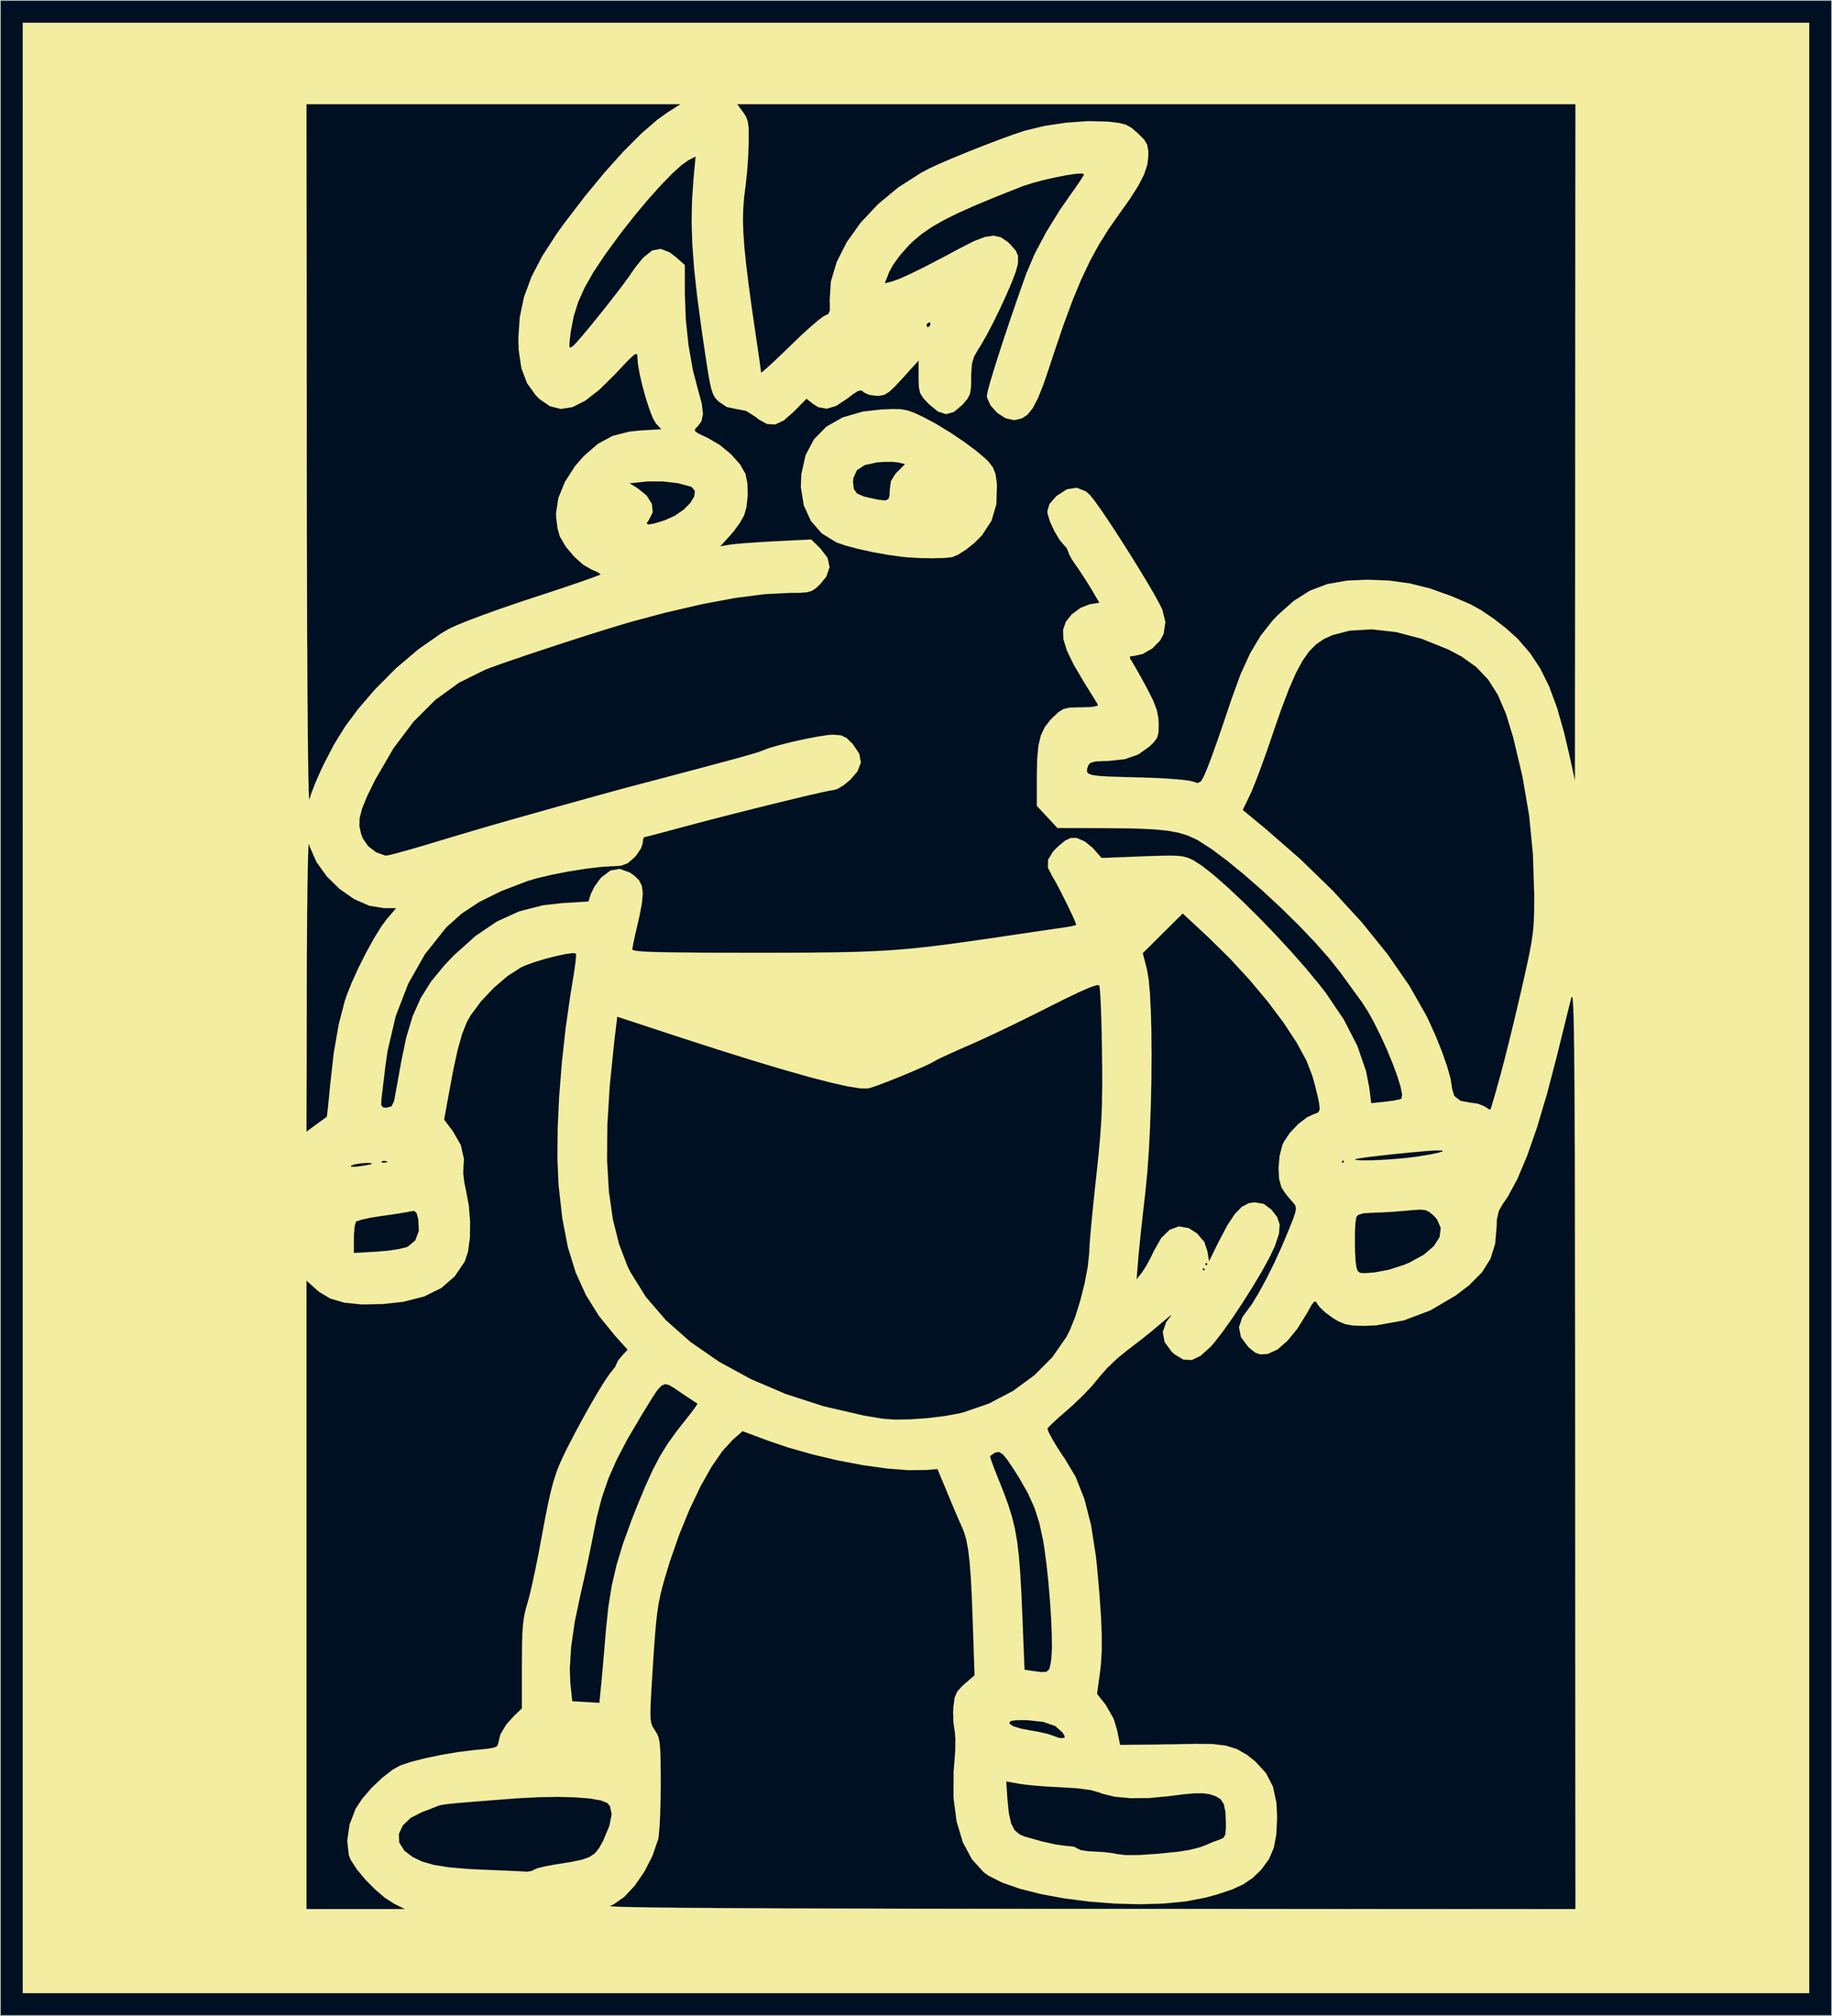
<source format=kicad_pcb>
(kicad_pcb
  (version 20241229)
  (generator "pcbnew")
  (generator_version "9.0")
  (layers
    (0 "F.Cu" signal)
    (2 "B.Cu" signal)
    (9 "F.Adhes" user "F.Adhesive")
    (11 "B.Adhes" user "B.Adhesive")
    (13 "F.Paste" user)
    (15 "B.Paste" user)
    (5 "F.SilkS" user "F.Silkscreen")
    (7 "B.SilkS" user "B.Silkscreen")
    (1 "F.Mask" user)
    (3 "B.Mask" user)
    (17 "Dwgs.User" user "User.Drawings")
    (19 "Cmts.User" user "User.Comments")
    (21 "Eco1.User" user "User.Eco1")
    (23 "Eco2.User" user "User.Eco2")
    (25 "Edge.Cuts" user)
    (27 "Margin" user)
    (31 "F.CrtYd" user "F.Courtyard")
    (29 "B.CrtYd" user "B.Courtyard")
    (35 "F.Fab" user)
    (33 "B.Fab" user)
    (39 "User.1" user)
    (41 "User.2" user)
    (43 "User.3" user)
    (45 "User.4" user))
  (footprint "v2"
    (layer "F.Cu")
    (at 119.949 132.297)
    (property "Reference" "v2" (at 0 0 0) (layer "F.SilkS") (effects (font (size 1.524 1.524) (thickness 0.3))))
    (attr through_hole)
    (fp_poly (pts (xy -2.03 -80.396) (xy -1.129 -80.232) (xy -0.193 -79.889) (xy 0.936 -79.365) (xy 2.668 -78.442) (xy 4.57 -77.284) (xy 6.453 -76.018) (xy 8.131 -74.772) (xy 9.416 -73.673) (xy 9.679 -73.41) (xy 10.317 -72.602) (xy 10.672 -71.704) (xy 10.851 -70.426) (xy 10.866 -70.228) (xy 10.79 -67.649) (xy 10.137 -65.431) (xy 8.871 -63.486) (xy 7.856 -62.46) (xy 6.746 -61.572) (xy 5.673 -60.883) (xy 4.869 -60.54) (xy 4.868 -60.54) (xy 3.799 -60.425) (xy 2.272 -60.384) (xy 0.527 -60.414) (xy -1.191 -60.516) (xy -1.764 -60.57) (xy -3.71 -60.835) (xy -5.796 -61.212) (xy -7.808 -61.655) (xy -9.532 -62.116) (xy -10.686 -62.519) (xy -12.644 -63.721) (xy -14.114 -65.397) (xy -15.062 -67.483) (xy -15.456 -69.914) (xy -15.432 -70.605) (xy -8.461 -70.605) (xy -8.347 -69.659) (xy -7.913 -69.067) (xy -7.004 -68.676) (xy -6.35 -68.514) (xy -4.965 -68.224) (xy -4.128 -68.145) (xy -3.702 -68.326) (xy -3.548 -68.816) (xy -3.528 -69.524) (xy -3.371 -70.723) (xy -2.79 -71.682) (xy -2.497 -71.994) (xy -1.465 -73.025) (xy -2.351 -73.248) (xy -3.2 -73.337) (xy -4.417 -73.325) (xy -5.235 -73.264) (xy -6.888 -72.903) (xy -7.939 -72.206) (xy -8.421 -71.147) (xy -8.461 -70.605) (xy -15.432 -70.605) (xy -15.396 -71.662) (xy -14.824 -74.223) (xy -13.695 -76.358) (xy -12.025 -78.055) (xy -9.831 -79.3) (xy -7.127 -80.08) (xy -4.713 -80.357) (xy -3.143 -80.423) (xy -2.03 -80.396)) (stroke (width 0.01) (type solid)) (fill yes) (layer "F.SilkS"))
    (fp_poly (pts (xy 119.944 132.292) (xy -119.944 132.292) (xy -119.944 36.607) (xy -81.844 36.607) (xy -81.844 121.003) (xy -68.615 121.002) (xy -69.469 120.58) (xy -41.099 120.58) (xy -40.978 120.629) (xy -40.313 120.675) (xy -39.091 120.718) (xy -37.301 120.757) (xy -34.932 120.792) (xy -31.972 120.824) (xy -28.41 120.853) (xy -24.234 120.879) (xy -19.433 120.901) (xy -13.995 120.921) (xy -7.909 120.937) (xy -1.163 120.951) (xy 6.253 120.962) (xy 14.353 120.97) (xy 23.146 120.975) (xy 23.195 120.975) (xy 88.547 121.003) (xy 88.512 58.826) (xy 88.507 51.027) (xy 88.502 43.905) (xy 88.496 37.432) (xy 88.488 31.577) (xy 88.479 26.313) (xy 88.469 21.611) (xy 88.456 17.441) (xy 88.441 13.775) (xy 88.424 10.585) (xy 88.403 7.841) (xy 88.38 5.515) (xy 88.354 3.577) (xy 88.324 2) (xy 88.29 0.754) (xy 88.252 -0.189) (xy 88.209 -0.858) (xy 88.162 -1.283) (xy 88.11 -1.491) (xy 88.052 -1.512) (xy 87.99 -1.375) (xy 87.951 -1.235) (xy 87.682 -0.148) (xy 87.288 1.446) (xy 86.813 3.372) (xy 86.3 5.452) (xy 86.036 6.526) (xy 84.702 11.632) (xy 83.378 16.07) (xy 82.066 19.832) (xy 80.77 22.911) (xy 79.492 25.297) (xy 78.795 26.315) (xy 78.245 27.265) (xy 78 28.401) (xy 77.964 29.339) (xy 77.767 31.67) (xy 77.132 33.685) (xy 75.99 35.501) (xy 74.273 37.231) (xy 72.496 38.593) (xy 69.045 40.621) (xy 65.465 41.965) (xy 61.78 42.619) (xy 60.144 42.686) (xy 58.691 42.643) (xy 57.651 42.465) (xy 56.731 42.08) (xy 56.009 41.651) (xy 55.003 40.92) (xy 54.219 40.185) (xy 53.959 39.835) (xy 53.71 39.445) (xy 53.471 39.421) (xy 53.136 39.846) (xy 52.596 40.804) (xy 52.512 40.958) (xy 51.235 43.027) (xy 49.884 44.687) (xy 48.543 45.849) (xy 47.298 46.429) (xy 47.164 46.454) (xy 46.261 46.522) (xy 45.574 46.3) (xy 44.798 45.673) (xy 44.606 45.489) (xy 43.637 44.195) (xy 43.373 42.877) (xy 43.814 41.54) (xy 44.369 40.784) (xy 45.116 39.762) (xy 46.042 38.231) (xy 47.068 36.341) (xy 48.115 34.239) (xy 49.103 32.073) (xy 49.417 31.335) (xy 49.419 31.329) (xy 58.925 31.329) (xy 58.952 32.776) (xy 59.025 34.03) (xy 59.144 34.866) (xy 59.148 34.883) (xy 59.316 35.337) (xy 59.627 35.566) (xy 60.26 35.616) (xy 61.394 35.534) (xy 61.571 35.517) (xy 63.463 35.168) (xy 65.522 34.506) (xy 66.259 34.199) (xy 68.183 33.144) (xy 69.544 31.978) (xy 70.315 30.757) (xy 70.464 29.538) (xy 69.963 28.378) (xy 69.536 27.906) (xy 68.972 27.42) (xy 68.448 27.157) (xy 67.752 27.077) (xy 66.673 27.14) (xy 65.92 27.213) (xy 64.27 27.352) (xy 62.563 27.454) (xy 61.333 27.495) (xy 60.072 27.57) (xy 59.373 27.784) (xy 59.128 28.075) (xy 59.012 28.755) (xy 58.945 29.914) (xy 58.925 31.329) (xy 49.419 31.329) (xy 50.162 29.547) (xy 50.664 28.29) (xy 50.943 27.442) (xy 51.021 26.882) (xy 50.917 26.487) (xy 50.653 26.134) (xy 50.357 25.817) (xy 49.638 24.95) (xy 49.099 24.138) (xy 49.079 24.1) (xy 48.762 22.957) (xy 48.685 21.44) (xy 48.76 20.637) (xy 57.15 20.637) (xy 57.326 20.814) (xy 57.503 20.637) (xy 57.326 20.461) (xy 57.15 20.637) (xy 48.76 20.637) (xy 48.79 20.317) (xy 58.943 20.317) (xy 59.126 20.426) (xy 59.87 20.474) (xy 61.034 20.466) (xy 62.478 20.408) (xy 64.059 20.307) (xy 65.637 20.168) (xy 67.071 19.998) (xy 67.318 19.962) (xy 69.038 19.678) (xy 70.184 19.436) (xy 70.733 19.252) (xy 70.661 19.142) (xy 69.944 19.121) (xy 68.557 19.207) (xy 68.439 19.217) (xy 66.33 19.408) (xy 64.274 19.613) (xy 62.394 19.817) (xy 60.81 20.007) (xy 59.643 20.169) (xy 59.015 20.288) (xy 58.943 20.317) (xy 48.79 20.317) (xy 48.835 19.832) (xy 49.199 18.418) (xy 49.368 18.032) (xy 50.207 16.775) (xy 51.33 15.593) (xy 52.526 14.678) (xy 53.461 14.252) (xy 54.034 14.028) (xy 54.219 13.598) (xy 54.126 12.748) (xy 53.911 11.728) (xy 53.569 10.354) (xy 53.229 9.113) (xy 52.416 7.037) (xy 51.102 4.625) (xy 49.352 1.963) (xy 47.232 -0.862) (xy 44.806 -3.764) (xy 42.139 -6.657) (xy 39.295 -9.454) (xy 39.219 -9.525) (xy 35.818 -12.696) (xy 30.446 -7.355) (xy 31.01 -5.177) (xy 31.233 -3.88) (xy 31.406 -1.985) (xy 31.529 0.403) (xy 31.603 3.178) (xy 31.629 6.237) (xy 31.607 9.472) (xy 31.538 12.78) (xy 31.423 16.054) (xy 31.262 19.189) (xy 31.057 22.081) (xy 30.808 24.623) (xy 30.799 24.694) (xy 30.536 26.983) (xy 30.287 29.234) (xy 30.071 31.273) (xy 29.906 32.924) (xy 29.825 33.836) (xy 29.618 36.451) (xy 30.343 35.53) (xy 30.622 35.101) (xy 38.453 35.101) (xy 38.629 35.278) (xy 38.806 35.101) (xy 38.629 34.925) (xy 38.453 35.101) (xy 30.622 35.101) (xy 30.895 34.682) (xy 31.05 34.396) (xy 38.806 34.396) (xy 38.982 34.572) (xy 39.158 34.396) (xy 38.982 34.219) (xy 38.806 34.396) (xy 31.05 34.396) (xy 31.534 33.499) (xy 31.914 32.695) (xy 32.921 30.912) (xy 34.06 29.789) (xy 35.302 29.336) (xy 36.617 29.568) (xy 37.715 30.263) (xy 38.708 31.411) (xy 39.118 32.639) (xy 39.345 34.033) (xy 40.719 31.252) (xy 41.834 29.153) (xy 42.824 27.661) (xy 43.757 26.705) (xy 44.697 26.213) (xy 45.479 26.106) (xy 46.694 26.318) (xy 47.695 27.06) (xy 47.71 27.076) (xy 48.501 28.092) (xy 48.836 29.114) (xy 48.733 30.325) (xy 48.206 31.912) (xy 48.14 32.075) (xy 47.464 33.504) (xy 46.46 35.33) (xy 45.23 37.396) (xy 43.874 39.547) (xy 42.492 41.624) (xy 41.184 43.472) (xy 40.051 44.932) (xy 39.566 45.485) (xy 38.219 46.706) (xy 37.026 47.278) (xy 35.897 47.212) (xy 34.739 46.52) (xy 34.324 46.145) (xy 33.383 44.858) (xy 33.14 43.526) (xy 33.597 42.192) (xy 34.131 41.491) (xy 34.343 41.212) (xy 34.087 41.363) (xy 33.42 41.905) (xy 33.012 42.257) (xy 31.66 43.392) (xy 30.059 44.671) (xy 28.538 45.831) (xy 28.426 45.914) (xy 27.046 47.039) (xy 25.696 48.325) (xy 24.637 49.52) (xy 24.518 49.677) (xy 23.598 50.786) (xy 22.338 52.109) (xy 20.954 53.425) (xy 20.373 53.935) (xy 19.229 54.931) (xy 18.321 55.767) (xy 17.761 56.333) (xy 17.639 56.51) (xy 17.818 56.989) (xy 18.28 57.857) (xy 18.911 58.92) (xy 19.599 59.984) (xy 19.962 60.501) (xy 21.426 62.954) (xy 22.604 65.929) (xy 23.509 69.468) (xy 24.153 73.614) (xy 24.296 74.965) (xy 24.618 78.593) (xy 24.831 81.62) (xy 24.937 84.145) (xy 24.938 86.262) (xy 24.837 88.069) (xy 24.711 89.178) (xy 24.304 92.103) (xy 25.457 93.558) (xy 26.545 95.454) (xy 27.004 96.983) (xy 27.398 98.954) (xy 30.544 98.928) (xy 32.349 98.908) (xy 34.5 98.875) (xy 36.637 98.835) (xy 37.469 98.817) (xy 39.792 98.838) (xy 41.607 99.056) (xy 43.097 99.524) (xy 44.445 100.297) (xy 45.59 101.212) (xy 47.004 102.761) (xy 47.921 104.55) (xy 48.395 106.715) (xy 48.49 108.656) (xy 48.382 110.971) (xy 48.037 112.786) (xy 47.398 114.283) (xy 46.409 115.641) (xy 46.284 115.783) (xy 45.2 116.825) (xy 43.959 117.666) (xy 42.41 118.382) (xy 40.402 119.045) (xy 38.842 119.468) (xy 36.225 119.972) (xy 33.239 120.263) (xy 29.999 120.354) (xy 26.618 120.259) (xy 23.209 119.989) (xy 19.885 119.559) (xy 16.759 118.982) (xy 13.944 118.269) (xy 11.554 117.435) (xy 9.702 116.492) (xy 9.094 116.053) (xy 7.507 114.303) (xy 6.289 112.012) (xy 5.461 109.251) (xy 5.041 106.091) (xy 5.045 103.858) (xy 12.113 103.858) (xy 12.27 106.169) (xy 12.464 108.129) (xy 12.771 109.508) (xy 13.248 110.426) (xy 13.95 111.005) (xy 14.64 111.284) (xy 16.838 111.903) (xy 18.723 112.327) (xy 20.146 112.525) (xy 20.445 112.536) (xy 21.258 112.645) (xy 21.696 112.889) (xy 22.142 113.088) (xy 23.066 113.234) (xy 23.922 113.283) (xy 25.254 113.359) (xy 26.467 113.508) (xy 26.988 113.617) (xy 28.131 113.76) (xy 29.949 113.749) (xy 32.425 113.584) (xy 35.278 113.297) (xy 36.707 113.066) (xy 38.045 112.737) (xy 38.806 112.462) (xy 39.845 112.015) (xy 40.751 111.683) (xy 40.834 111.658) (xy 41.307 111.432) (xy 41.543 110.973) (xy 41.62 110.083) (xy 41.623 109.602) (xy 41.559 107.988) (xy 41.341 106.923) (xy 40.914 106.255) (xy 40.233 105.84) (xy 39.436 105.578) (xy 38.538 105.45) (xy 37.385 105.456) (xy 35.826 105.596) (xy 33.968 105.835) (xy 31.316 106.088) (xy 28.835 106.112) (xy 26.681 105.916) (xy 25.007 105.505) (xy 24.682 105.37) (xy 23.501 105.027) (xy 21.663 104.781) (xy 19.579 104.652) (xy 17.772 104.558) (xy 16.021 104.426) (xy 14.571 104.277) (xy 13.906 104.18) (xy 12.113 103.858) (xy 5.045 103.858) (xy 5.048 102.603) (xy 5.15 101.361) (xy 5.276 99.652) (xy 5.295 98.158) (xy 5.207 97.097) (xy 5.175 96.952) (xy 5.036 95.974) (xy 12.532 95.974) (xy 12.562 96.105) (xy 13.026 96.445) (xy 14.091 96.773) (xy 15.285 97.001) (xy 16.61 97.238) (xy 17.7 97.49) (xy 18.329 97.704) (xy 18.344 97.713) (xy 19.162 98.004) (xy 19.534 98.051) (xy 19.971 98.006) (xy 19.933 97.701) (xy 19.673 97.278) (xy 18.692 96.416) (xy 17.101 95.864) (xy 14.93 95.63) (xy 14.563 95.623) (xy 13.346 95.642) (xy 12.71 95.75) (xy 12.532 95.974) (xy 5.036 95.974) (xy 5.027 95.905) (xy 4.992 94.559) (xy 5.027 93.857) (xy 5.186 92.648) (xy 5.515 91.832) (xy 6.166 91.095) (xy 6.526 90.775) (xy 7.868 89.615) (xy 7.618 82.191) (xy 7.494 78.979) (xy 7.357 76.385) (xy 7.196 74.319) (xy 7 72.692) (xy 6.759 71.417) (xy 6.465 70.404) (xy 6.204 69.768) (xy 5.837 68.944) (xy 5.29 67.675) (xy 4.653 66.165) (xy 4.277 65.264) (xy 2.889 61.913) (xy 1.434 62.032) (xy -0.952 62.067) (xy -3.833 61.848) (xy -7.057 61.402) (xy -10.474 60.757) (xy -12.985 60.165) (xy 9.943 60.165) (xy 10.018 60.507) (xy 10.311 61.349) (xy 10.77 62.541) (xy 11.035 63.2) (xy 11.791 65.095) (xy 12.404 66.773) (xy 12.893 68.346) (xy 13.277 69.928) (xy 13.575 71.63) (xy 13.807 73.566) (xy 13.99 75.847) (xy 14.145 78.587) (xy 14.29 81.898) (xy 14.319 82.62) (xy 14.566 88.863) (xy 15.485 89.005) (xy 16.762 89.183) (xy 17.509 89.151) (xy 17.895 88.802) (xy 18.089 88.029) (xy 18.187 87.287) (xy 18.258 86.01) (xy 18.242 84.193) (xy 18.149 81.994) (xy 17.991 79.57) (xy 17.78 77.08) (xy 17.525 74.681) (xy 17.239 72.533) (xy 17.059 71.438) (xy 16.567 69.157) (xy 15.933 67.164) (xy 15.062 65.223) (xy 13.855 63.101) (xy 13.181 62.032) (xy 12.298 60.707) (xy 11.653 59.923) (xy 11.128 59.613) (xy 10.607 59.709) (xy 9.97 60.143) (xy 9.943 60.165) (xy -12.985 60.165) (xy -13.93 59.942) (xy -17.276 58.984) (xy -19.847 58.106) (xy -23.291 56.825) (xy -24.584 57.958) (xy -25.983 59.473) (xy -27.446 61.592) (xy -28.928 64.221) (xy -30.383 67.267) (xy -31.764 70.636) (xy -33.026 74.235) (xy -33.667 76.331) (xy -34.031 77.623) (xy -34.321 78.775) (xy -34.553 79.908) (xy -34.743 81.145) (xy -34.908 82.608) (xy -35.063 84.419) (xy -35.225 86.7) (xy -35.395 89.316) (xy -35.538 91.623) (xy -35.631 93.336) (xy -35.668 94.566) (xy -35.645 95.421) (xy -35.557 96.013) (xy -35.399 96.452) (xy -35.165 96.847) (xy -35.051 97.016) (xy -34.772 97.469) (xy -34.57 97.97) (xy -34.434 98.636) (xy -34.349 99.585) (xy -34.303 100.934) (xy -34.284 102.802) (xy -34.281 104.185) (xy -34.299 106.295) (xy -34.354 108.262) (xy -34.44 109.931) (xy -34.549 111.153) (xy -34.633 111.654) (xy -35.391 113.856) (xy -36.47 115.969) (xy -37.768 117.853) (xy -39.186 119.369) (xy -40.622 120.377) (xy -41.099 120.58) (xy -69.469 120.58) (xy -70.075 120.279) (xy -71.285 119.503) (xy -72.623 118.367) (xy -73.937 117.035) (xy -75.073 115.67) (xy -75.878 114.436) (xy -76.151 113.785) (xy -76.369 111.823) (xy -76.237 110.913) (xy -69.446 110.913) (xy -69.398 112.071) (xy -68.725 113.137) (xy -68.669 113.191) (xy -67.62 113.998) (xy -66.337 114.62) (xy -64.717 115.082) (xy -62.657 115.409) (xy -60.054 115.626) (xy -58.385 115.707) (xy -56.427 115.787) (xy -54.693 115.863) (xy -53.317 115.928) (xy -52.433 115.977) (xy -52.193 115.996) (xy -51.503 115.863) (xy -51.312 115.729) (xy -50.819 115.518) (xy -49.827 115.27) (xy -48.536 115.033) (xy -48.331 115.002) (xy -46.311 114.683) (xy -44.858 114.376) (xy -43.838 114.011) (xy -43.118 113.522) (xy -42.563 112.838) (xy -42.04 111.893) (xy -41.969 111.751) (xy -41.159 109.802) (xy -40.863 108.271) (xy -41.085 107.18) (xy -41.468 106.746) (xy -42.322 106.406) (xy -43.775 106.155) (xy -45.724 105.996) (xy -48.068 105.935) (xy -50.705 105.977) (xy -53.533 106.125) (xy -54.063 106.164) (xy -56.911 106.384) (xy -59.138 106.559) (xy -60.831 106.699) (xy -62.073 106.81) (xy -62.948 106.903) (xy -63.541 106.986) (xy -63.935 107.068) (xy -64.216 107.156) (xy -64.382 107.224) (xy -65.197 107.55) (xy -66.233 107.938) (xy -66.322 107.971) (xy -67.86 108.756) (xy -68.917 109.773) (xy -69.446 110.913) (xy -76.237 110.913) (xy -76.057 109.666) (xy -75.248 107.546) (xy -75.246 107.541) (xy -74.359 106.192) (xy -73.107 104.743) (xy -71.68 103.381) (xy -70.269 102.289) (xy -69.27 101.732) (xy -67.85 101.252) (xy -65.938 100.761) (xy -63.743 100.302) (xy -61.476 99.919) (xy -59.346 99.655) (xy -58.998 99.624) (xy -57.556 99.485) (xy -56.683 99.334) (xy -56.242 99.128) (xy -56.098 98.825) (xy -56.092 98.71) (xy -55.803 97.543) (xy -55.009 96.218) (xy -54.006 95.096) (xy -52.917 94.06) (xy -52.917 88.758) (xy -46.497 88.758) (xy -46.41 90.778) (xy -46.161 93.098) (xy -44.336 93.204) (xy -42.51 93.31) (xy -42.282 91.017) (xy -42.167 89.797) (xy -42.015 88.085) (xy -41.843 86.09) (xy -41.671 84.024) (xy -41.639 83.639) (xy -41.312 80.464) (xy -40.849 77.578) (xy -40.201 74.782) (xy -39.317 71.876) (xy -38.147 68.661) (xy -37.448 66.895) (xy -36.333 64.216) (xy -35.345 62.046) (xy -34.394 60.225) (xy -33.39 58.59) (xy -32.243 56.98) (xy -31.166 55.605) (xy -30.314 54.527) (xy -29.681 53.683) (xy -29.36 53.201) (xy -29.343 53.136) (xy -29.67 52.921) (xy -30.428 52.415) (xy -31.465 51.721) (xy -31.632 51.609) (xy -32.516 51.008) (xy -33.174 50.621) (xy -33.701 50.507) (xy -34.192 50.723) (xy -34.741 51.327) (xy -35.445 52.378) (xy -36.397 53.933) (xy -36.959 54.857) (xy -38.778 57.953) (xy -40.208 60.683) (xy -41.319 63.219) (xy -42.182 65.731) (xy -42.867 68.39) (xy -43.203 70.026) (xy -43.638 72.236) (xy -44.129 74.602) (xy -44.614 76.841) (xy -45.035 78.669) (xy -45.035 78.669) (xy -45.822 82.4) (xy -46.313 85.797) (xy -46.497 88.758) (xy -52.917 88.758) (xy -52.917 88.174) (xy -52.903 85.823) (xy -52.853 84.031) (xy -52.754 82.655) (xy -52.593 81.549) (xy -52.36 80.569) (xy -52.222 80.114) (xy -51.922 79.022) (xy -51.541 77.407) (xy -51.117 75.441) (xy -50.687 73.297) (xy -50.426 71.905) (xy -49.902 69.082) (xy -49.459 66.834) (xy -49.06 65.035) (xy -48.672 63.565) (xy -48.26 62.299) (xy -47.789 61.115) (xy -47.224 59.89) (xy -46.786 59.006) (xy -45.753 57.007) (xy -44.656 54.978) (xy -43.566 53.043) (xy -42.555 51.325) (xy -41.694 49.946) (xy -41.055 49.03) (xy -40.893 48.837) (xy -40.397 48.203) (xy -40.217 47.801) (xy -39.997 47.35) (xy -39.467 46.696) (xy -39.464 46.693) (xy -38.712 45.892) (xy -40.4 44.025) (xy -42.568 41.351) (xy -44.321 38.547) (xy -45.699 35.503) (xy -46.741 32.114) (xy -47.488 28.271) (xy -47.981 23.867) (xy -47.995 23.689) (xy -48.137 20.432) (xy -41.489 20.432) (xy -41.244 24.637) (xy -40.711 28.374) (xy -39.886 31.689) (xy -38.766 34.626) (xy -38.378 35.429) (xy -36.286 38.796) (xy -33.565 41.952) (xy -30.269 44.867) (xy -26.45 47.51) (xy -22.164 49.849) (xy -17.463 51.853) (xy -12.4 53.491) (xy -7.03 54.733) (xy -4.41 55.171) (xy -2.811 55.283) (xy -0.76 55.248) (xy 1.509 55.087) (xy 3.762 54.817) (xy 5.766 54.457) (xy 6.35 54.317) (xy 9.81 53.121) (xy 13.027 51.43) (xy 15.9 49.326) (xy 18.322 46.887) (xy 20.191 44.193) (xy 20.645 43.314) (xy 21.377 41.495) (xy 22.064 39.299) (xy 22.648 36.968) (xy 23.069 34.743) (xy 23.269 32.864) (xy 23.278 32.512) (xy 23.318 31.722) (xy 23.428 30.354) (xy 23.595 28.531) (xy 23.809 26.377) (xy 24.057 24.013) (xy 24.189 22.811) (xy 24.5 19.892) (xy 24.727 17.416) (xy 24.882 15.176) (xy 24.973 12.967) (xy 25.01 10.581) (xy 25.003 7.813) (xy 24.983 5.997) (xy 24.941 3.584) (xy 24.885 1.397) (xy 24.817 -0.461) (xy 24.742 -1.89) (xy 24.664 -2.789) (xy 24.608 -3.05) (xy 24.23 -3.063) (xy 23.309 -2.749) (xy 21.829 -2.099) (xy 19.771 -1.107) (xy 17.906 -0.167) (xy 15.598 0.993) (xy 13.166 2.185) (xy 10.803 3.317) (xy 8.702 4.295) (xy 7.232 4.951) (xy 5.62 5.657) (xy 4.234 6.28) (xy 3.208 6.758) (xy 2.676 7.031) (xy 2.646 7.051) (xy 2.046 7.388) (xy 0.953 7.901) (xy -0.466 8.522) (xy -2.043 9.181) (xy -3.611 9.81) (xy -5 10.338) (xy -6.044 10.698) (xy -6.488 10.813) (xy -7.513 10.795) (xy -9.18 10.526) (xy -11.473 10.013) (xy -14.376 9.258) (xy -17.872 8.267) (xy -21.945 7.045) (xy -26.579 5.594) (xy -31.759 3.921) (xy -32.849 3.563) (xy -40.121 1.17) (xy -40.525 4.554) (xy -41.126 10.435) (xy -41.449 15.713) (xy -41.489 20.432) (xy -48.137 20.432) (xy -48.145 20.242) (xy -48.114 16.27) (xy -47.913 11.924) (xy -47.552 7.357) (xy -47.042 2.723) (xy -46.391 -1.826) (xy -46.174 -3.133) (xy -45.915 -4.729) (xy -45.73 -6.055) (xy -45.638 -6.967) (xy -45.65 -7.315) (xy -46.116 -7.369) (xy -47.077 -7.238) (xy -48.361 -6.965) (xy -49.794 -6.593) (xy -51.205 -6.167) (xy -52.42 -5.73) (xy -53.049 -5.448) (xy -54.853 -4.286) (xy -56.712 -2.693) (xy -58.427 -0.87) (xy -59.801 0.983) (xy -60.338 1.94) (xy -60.948 3.485) (xy -61.541 5.591) (xy -62.136 8.318) (xy -62.365 9.525) (xy -63.367 14.993) (xy -62.208 16.532) (xy -61.119 18.427) (xy -60.701 20.311) (xy -60.783 21.436) (xy -60.797 22.299) (xy -60.639 23.529) (xy -60.427 24.518) (xy -60.043 26.57) (xy -59.871 28.749) (xy -59.907 30.854) (xy -60.149 32.685) (xy -60.591 34.04) (xy -60.593 34.043) (xy -61.955 36.051) (xy -63.75 37.606) (xy -66.021 38.731) (xy -68.815 39.45) (xy -71.614 39.758) (xy -74.477 39.807) (xy -76.783 39.569) (xy -78.629 39.024) (xy -80.111 38.151) (xy -80.468 37.85) (xy -81.844 36.607) (xy -119.944 36.607) (xy -119.944 32.906) (xy -75.494 32.906) (xy -72.379 32.729) (xy -70.832 32.592) (xy -69.441 32.383) (xy -68.443 32.141) (xy -68.242 32.061) (xy -67.232 31.221) (xy -66.76 29.952) (xy -66.825 28.417) (xy -67.043 27.563) (xy -67.354 27.251) (xy -67.844 27.303) (xy -68.533 27.443) (xy -69.712 27.636) (xy -71.17 27.849) (xy -71.79 27.933) (xy -73.223 28.159) (xy -74.383 28.408) (xy -75.095 28.639) (xy -75.224 28.729) (xy -75.371 29.273) (xy -75.468 30.262) (xy -75.489 31.005) (xy -75.494 32.906) (xy -119.944 32.906) (xy -119.944 21.319) (xy -75.889 21.319) (xy -75.288 21.326) (xy -74.771 21.27) (xy -73.794 21.123) (xy -73.16 20.986) (xy -73.054 20.942) (xy -73.166 20.825) (xy -73.737 20.804) (xy -74.527 20.861) (xy -75.298 20.978) (xy -75.813 21.138) (xy -75.829 21.148) (xy -75.889 21.319) (xy -119.944 21.319) (xy -119.944 20.73) (xy -71.814 20.73) (xy -71.467 20.786) (xy -71.009 20.721) (xy -71.004 20.601) (xy -71.476 20.517) (xy -71.68 20.573) (xy -71.814 20.73) (xy -119.944 20.73) (xy -119.944 16.616) (xy -81.844 16.616) (xy -80.522 15.643) (xy -79.725 15.061) (xy -79.212 14.696) (xy -79.122 14.637) (xy -79.063 14.295) (xy -78.959 13.387) (xy -78.824 12.051) (xy -78.672 10.424) (xy -78.669 10.389) (xy -78.167 5.964) (xy -77.507 2.175) (xy -76.694 -0.953) (xy -76.482 -1.587) (xy -75.778 -3.374) (xy -74.864 -5.379) (xy -73.834 -7.425) (xy -72.782 -9.331) (xy -71.802 -10.919) (xy -71.057 -11.931) (xy -69.795 -13.406) (xy -71.432 -13.406) (xy -73.413 -13.728) (xy -75.442 -14.621) (xy -77.386 -15.972) (xy -79.116 -17.669) (xy -80.499 -19.598) (xy -81.406 -21.649) (xy -81.515 -22.049) (xy -81.563 -21.905) (xy -81.609 -21.114) (xy -81.653 -19.734) (xy -81.693 -17.825) (xy -81.729 -15.445) (xy -81.759 -12.651) (xy -81.783 -9.503) (xy -81.801 -6.06) (xy -81.808 -3.245) (xy -81.844 16.616) (xy -119.944 16.616) (xy -119.944 -24.409) (xy -74.743 -24.409) (xy -74.511 -23.358) (xy -74.288 -22.766) (xy -73.563 -21.718) (xy -72.483 -20.889) (xy -71.324 -20.476) (xy -71.089 -20.461) (xy -70.577 -20.56) (xy -69.516 -20.833) (xy -68.029 -21.246) (xy -66.241 -21.765) (xy -64.809 -22.193) (xy -62.609 -22.856) (xy -60.36 -23.526) (xy -58.271 -24.143) (xy -56.549 -24.645) (xy -55.915 -24.827) (xy -53.08 -25.63) (xy -50.178 -26.448) (xy -47.33 -27.246) (xy -44.653 -27.992) (xy -42.27 -28.652) (xy -40.299 -29.194) (xy -38.861 -29.582) (xy -38.629 -29.644) (xy -34.627 -30.698) (xy -31.254 -31.589) (xy -28.459 -32.332) (xy -26.187 -32.94) (xy -24.387 -33.427) (xy -23.005 -33.81) (xy -21.989 -34.101) (xy -21.284 -34.316) (xy -20.84 -34.468) (xy -20.637 -34.553) (xy -19.737 -34.892) (xy -18.342 -35.296) (xy -16.654 -35.718) (xy -14.874 -36.113) (xy -13.205 -36.435) (xy -11.848 -36.64) (xy -11.173 -36.689) (xy -10.095 -36.607) (xy -9.328 -36.255) (xy -8.532 -35.475) (xy -8.503 -35.442) (xy -7.621 -34.145) (xy -7.405 -32.951) (xy -7.859 -31.764) (xy -8.834 -30.637) (xy -9.759 -29.879) (xy -10.604 -29.387) (xy -11.003 -29.281) (xy -11.543 -29.195) (xy -12.669 -28.955) (xy -14.286 -28.585) (xy -16.297 -28.107) (xy -18.606 -27.545) (xy -21.116 -26.924) (xy -23.732 -26.266) (xy -26.358 -25.596) (xy -28.896 -24.938) (xy -31.252 -24.314) (xy -32.373 -24.012) (xy -33.947 -23.587) (xy -35.257 -23.241) (xy -36.162 -23.01) (xy -36.518 -22.931) (xy -36.653 -22.631) (xy -36.689 -22.154) (xy -36.925 -21.435) (xy -37.52 -20.547) (xy -37.816 -20.213) (xy -38.707 -19.439) (xy -39.588 -19.106) (xy -40.452 -19.05) (xy -42.152 -18.957) (xy -44.294 -18.704) (xy -46.639 -18.333) (xy -48.952 -17.883) (xy -50.996 -17.396) (xy -52.172 -17.043) (xy -55.68 -15.703) (xy -58.584 -14.273) (xy -60.982 -12.697) (xy -62.975 -10.918) (xy -63.162 -10.719) (xy -65.95 -7.205) (xy -68.188 -3.258) (xy -69.866 1.098) (xy -70.976 5.841) (xy -71.249 7.761) (xy -71.439 9.369) (xy -71.614 10.839) (xy -71.745 11.942) (xy -71.783 12.259) (xy -71.814 13.048) (xy -71.556 13.359) (xy -71.091 13.406) (xy -70.413 13.208) (xy -70.08 12.502) (xy -70.066 12.435) (xy -69.93 11.711) (xy -69.703 10.47) (xy -69.419 8.89) (xy -69.13 7.263) (xy -68.431 3.915) (xy -67.581 1.104) (xy -66.497 -1.334) (xy -65.099 -3.562) (xy -63.304 -5.745) (xy -62.033 -7.073) (xy -59.148 -9.66) (xy -56.272 -11.605) (xy -53.295 -12.96) (xy -50.107 -13.78) (xy -47.477 -14.077) (xy -43.977 -14.287) (xy -43.641 -15.346) (xy -43.178 -16.283) (xy -42.442 -17.302) (xy -42.221 -17.551) (xy -41.022 -18.457) (xy -39.773 -18.667) (xy -38.435 -18.183) (xy -37.869 -17.797) (xy -37.207 -17.164) (xy -36.816 -16.402) (xy -36.688 -15.39) (xy -36.812 -14.005) (xy -37.182 -12.124) (xy -37.392 -11.223) (xy -37.714 -9.833) (xy -37.959 -8.683) (xy -38.087 -7.963) (xy -38.098 -7.849) (xy -37.958 -7.742) (xy -37.504 -7.653) (xy -36.687 -7.58) (xy -35.457 -7.521) (xy -33.766 -7.477) (xy -31.563 -7.445) (xy -28.8 -7.423) (xy -25.427 -7.412) (xy -21.67 -7.408) (xy -17.447 -7.412) (xy -13.819 -7.429) (xy -10.677 -7.466) (xy -7.908 -7.53) (xy -5.405 -7.63) (xy -3.055 -7.772) (xy -0.748 -7.965) (xy 1.625 -8.215) (xy 4.176 -8.53) (xy 7.013 -8.917) (xy 10.249 -9.385) (xy 12.524 -9.721) (xy 14.622 -10.032) (xy 16.588 -10.322) (xy 18.267 -10.568) (xy 19.506 -10.748) (xy 20.02 -10.822) (xy 20.934 -10.979) (xy 21.465 -11.126) (xy 21.519 -11.17) (xy 21.369 -11.605) (xy 20.973 -12.492) (xy 20.416 -13.659) (xy 19.784 -14.937) (xy 19.16 -16.154) (xy 18.63 -17.138) (xy 18.295 -17.693) (xy 17.716 -18.859) (xy 17.752 -19.93) (xy 18.425 -21.023) (xy 19.091 -21.691) (xy 20.027 -22.464) (xy 20.733 -22.809) (xy 21.445 -22.828) (xy 21.648 -22.794) (xy 22.649 -22.361) (xy 23.673 -21.538) (xy 23.837 -21.362) (xy 24.92 -20.138) (xy 30.365 -20.351) (xy 32.47 -20.426) (xy 34.004 -20.455) (xy 35.1 -20.427) (xy 35.891 -20.332) (xy 36.511 -20.161) (xy 37.094 -19.904) (xy 37.22 -19.84) (xy 38.412 -19.076) (xy 39.968 -17.847) (xy 41.806 -16.236) (xy 43.843 -14.325) (xy 45.999 -12.195) (xy 48.189 -9.93) (xy 50.333 -7.611) (xy 52.348 -5.321) (xy 54.152 -3.142) (xy 55.027 -2.017) (xy 57.445 1.562) (xy 59.259 5.097) (xy 60.441 8.53) (xy 60.871 10.775) (xy 61.123 12.789) (xy 63.054 12.59) (xy 64.161 12.443) (xy 64.956 12.277) (xy 65.202 12.174) (xy 65.283 11.643) (xy 65.082 10.608) (xy 64.646 9.186) (xy 64.024 7.495) (xy 63.266 5.655) (xy 62.419 3.782) (xy 61.533 1.996) (xy 60.655 0.413) (xy 59.841 -0.839) (xy 59.277 -1.612) (xy 58.44 -2.763) (xy 57.469 -4.098) (xy 56.985 -4.763) (xy 55.467 -6.685) (xy 53.567 -8.833) (xy 51.385 -11.115) (xy 49.022 -13.438) (xy 46.577 -15.71) (xy 44.152 -17.838) (xy 41.846 -19.73) (xy 39.759 -21.294) (xy 37.992 -22.437) (xy 37.519 -22.695) (xy 36.45 -23.17) (xy 35.26 -23.532) (xy 33.841 -23.796) (xy 32.082 -23.975) (xy 29.876 -24.083) (xy 27.112 -24.134) (xy 25.993 -24.14) (xy 19.001 -24.165) (xy 16.74 -26.588) (xy 43.868 -26.588) (xy 46.893 -24.088) (xy 51.621 -19.965) (xy 55.974 -15.73) (xy 59.896 -11.45) (xy 63.328 -7.192) (xy 66.216 -3.022) (xy 68.503 0.994) (xy 68.795 1.587) (xy 69.784 3.773) (xy 70.645 5.922) (xy 71.329 7.889) (xy 71.786 9.532) (xy 71.966 10.705) (xy 71.967 10.772) (xy 72.27 11.814) (xy 73.127 12.483) (xy 74.373 12.711) (xy 75.438 12.857) (xy 76.294 13.197) (xy 76.351 13.237) (xy 76.907 13.592) (xy 77.136 13.646) (xy 77.262 13.286) (xy 77.536 12.373) (xy 77.919 11.038) (xy 78.373 9.407) (xy 78.484 9.002) (xy 78.967 7.179) (xy 79.55 4.87) (xy 80.185 2.282) (xy 80.821 -0.383) (xy 81.38 -2.795) (xy 81.938 -5.275) (xy 82.354 -7.224) (xy 82.648 -8.798) (xy 82.841 -10.153) (xy 82.954 -11.445) (xy 83.007 -12.829) (xy 83.02 -14.462) (xy 83.019 -15.169) (xy 82.847 -20.651) (xy 82.333 -25.86) (xy 81.441 -31.073) (xy 80.194 -36.336) (xy 79.23 -39.489) (xy 78.133 -42.044) (xy 76.824 -44.11) (xy 75.224 -45.792) (xy 73.253 -47.197) (xy 71.438 -48.156) (xy 67.903 -49.576) (xy 64.467 -50.475) (xy 61.213 -50.841) (xy 58.228 -50.666) (xy 55.935 -50.072) (xy 54.764 -49.539) (xy 53.727 -48.832) (xy 52.782 -47.878) (xy 51.886 -46.606) (xy 50.996 -44.943) (xy 50.068 -42.818) (xy 49.059 -40.159) (xy 47.926 -36.894) (xy 47.818 -36.571) (xy 47.096 -34.469) (xy 46.368 -32.443) (xy 45.695 -30.653) (xy 45.137 -29.261) (xy 44.847 -28.61) (xy 43.868 -26.588) (xy 16.74 -26.588) (xy 16.228 -27.137) (xy 16.228 -31.078) (xy 16.275 -33.432) (xy 16.444 -35.228) (xy 16.772 -36.609) (xy 17.298 -37.716) (xy 18.062 -38.692) (xy 18.394 -39.03) (xy 19.157 -39.735) (xy 19.797 -40.134) (xy 20.561 -40.313) (xy 21.698 -40.361) (xy 22.202 -40.362) (xy 23.598 -40.41) (xy 24.332 -40.553) (xy 24.43 -40.73) (xy 24.156 -41.18) (xy 23.606 -42.07) (xy 22.88 -43.24) (xy 22.533 -43.798) (xy 21.167 -46.121) (xy 20.258 -48.005) (xy 19.793 -49.533) (xy 19.756 -50.792) (xy 20.133 -51.865) (xy 20.907 -52.836) (xy 20.932 -52.86) (xy 22.091 -53.717) (xy 23.297 -54.192) (xy 23.368 -54.205) (xy 24.628 -54.409) (xy 23.564 -56.221) (xy 22.762 -57.522) (xy 21.898 -58.832) (xy 21.481 -59.424) (xy 20.882 -60.321) (xy 20.516 -61.025) (xy 20.461 -61.233) (xy 20.215 -61.791) (xy 19.943 -62.08) (xy 19.286 -62.853) (xy 18.599 -64.001) (xy 18.017 -65.252) (xy 17.677 -66.336) (xy 17.639 -66.683) (xy 17.923 -67.662) (xy 18.819 -68.696) (xy 18.886 -68.755) (xy 20.269 -69.644) (xy 21.588 -69.848) (xy 22.806 -69.364) (xy 23.352 -68.88) (xy 23.975 -68.104) (xy 24.877 -66.838) (xy 25.984 -65.201) (xy 27.22 -63.31) (xy 28.51 -61.286) (xy 29.779 -59.248) (xy 30.952 -57.314) (xy 31.953 -55.604) (xy 32.707 -54.237) (xy 33.071 -53.494) (xy 33.485 -51.803) (xy 33.243 -50.213) (xy 32.781 -49.35) (xy 31.723 -48.272) (xy 30.428 -47.526) (xy 29.258 -47.272) (xy 28.742 -47.216) (xy 28.744 -46.919) (xy 29.011 -46.478) (xy 29.411 -45.811) (xy 30.031 -44.718) (xy 30.759 -43.395) (xy 31.036 -42.882) (xy 31.839 -41.292) (xy 32.316 -40.052) (xy 32.541 -38.935) (xy 32.588 -38.182) (xy 32.571 -37.024) (xy 32.369 -36.263) (xy 31.86 -35.596) (xy 31.342 -35.101) (xy 29.835 -34.036) (xy 28.046 -33.409) (xy 25.818 -33.169) (xy 25.35 -33.163) (xy 24.098 -33.103) (xy 23.402 -32.903) (xy 23.145 -32.603) (xy 22.972 -32.1) (xy 22.952 -31.724) (xy 23.167 -31.453) (xy 23.702 -31.267) (xy 24.641 -31.144) (xy 26.068 -31.063) (xy 28.067 -31.001) (xy 29.545 -30.965) (xy 31.817 -30.892) (xy 33.836 -30.788) (xy 35.482 -30.662) (xy 36.637 -30.523) (xy 37.126 -30.408) (xy 37.832 -30.194) (xy 38.26 -30.418) (xy 38.606 -31) (xy 39.025 -31.949) (xy 39.633 -33.535) (xy 40.417 -35.72) (xy 41.364 -38.466) (xy 42.365 -41.451) (xy 43.602 -44.843) (xy 44.889 -47.651) (xy 46.294 -50.001) (xy 47.882 -52.014) (xy 48.516 -52.684) (xy 50.68 -54.622) (xy 52.851 -56.008) (xy 55.193 -56.906) (xy 57.867 -57.381) (xy 60.607 -57.5) (xy 63.556 -57.385) (xy 66.285 -57.011) (xy 68.997 -56.333) (xy 71.896 -55.299) (xy 74.436 -54.208) (xy 75.879 -53.413) (xy 77.562 -52.273) (xy 79.246 -50.964) (xy 80.695 -49.66) (xy 80.853 -49.5) (xy 82.455 -47.646) (xy 83.826 -45.572) (xy 85.012 -43.174) (xy 86.06 -40.349) (xy 87.017 -36.992) (xy 87.63 -34.396) (xy 88.487 -30.515) (xy 88.517 -75.935) (xy 88.547 -121.356) (xy -24.01 -121.356) (xy -23.206 -120.267) (xy -22.819 -119.666) (xy -22.587 -119.022) (xy -22.477 -118.147) (xy -22.459 -116.854) (xy -22.475 -115.946) (xy -22.553 -114.112) (xy -22.694 -112.181) (xy -22.871 -110.518) (xy -22.909 -110.243) (xy -23.09 -108.803) (xy -23.2 -107.358) (xy -23.234 -105.825) (xy -23.186 -104.12) (xy -23.048 -102.158) (xy -22.815 -99.856) (xy -22.48 -97.13) (xy -22.038 -93.897) (xy -21.481 -90.071) (xy -21.337 -89.102) (xy -21.116 -87.597) (xy -20.941 -86.355) (xy -20.835 -85.541) (xy -20.814 -85.319) (xy -20.578 -85.455) (xy -19.928 -86.014) (xy -18.946 -86.917) (xy -17.717 -88.09) (xy -16.866 -88.919) (xy -15.46 -90.269) (xy -14.178 -91.439) (xy -13.846 -91.722) (xy 1.411 -91.722) (xy 1.531 -91.379) (xy 1.567 -91.369) (xy 1.868 -91.617) (xy 1.94 -91.722) (xy 1.912 -92.047) (xy 1.785 -92.075) (xy 1.425 -91.819) (xy 1.411 -91.722) (xy -13.846 -91.722) (xy -13.125 -92.338) (xy -12.405 -92.875) (xy -12.192 -92.983) (xy -11.763 -93.18) (xy -11.573 -93.618) (xy -11.562 -94.489) (xy -11.59 -94.947) (xy -11.431 -97.511) (xy -10.645 -100.167) (xy -9.29 -102.838) (xy -7.424 -105.447) (xy -5.104 -107.916) (xy -2.389 -110.169) (xy 0.665 -112.128) (xy 1.703 -112.68) (xy 2.992 -113.284) (xy 4.768 -114.049) (xy 6.848 -114.904) (xy 9.055 -115.778) (xy 11.206 -116.599) (xy 13.123 -117.296) (xy 14.609 -117.792) (xy 17.243 -118.435) (xy 20.193 -118.875) (xy 23.144 -119.079) (xy 25.779 -119.012) (xy 25.824 -119.008) (xy 27.221 -118.845) (xy 28.168 -118.605) (xy 28.923 -118.189) (xy 29.74 -117.496) (xy 29.797 -117.442) (xy 30.632 -116.599) (xy 31.052 -115.903) (xy 31.191 -115.062) (xy 31.196 -114.391) (xy 31.052 -113.202) (xy 30.615 -111.901) (xy 29.836 -110.384) (xy 28.662 -108.55) (xy 27.354 -106.715) (xy 25.88 -104.617) (xy 24.56 -102.508) (xy 23.346 -100.283) (xy 22.188 -97.837) (xy 21.04 -95.065) (xy 19.852 -91.862) (xy 18.578 -88.123) (xy 17.965 -86.245) (xy 17.124 -83.763) (xy 16.38 -81.893) (xy 15.682 -80.555) (xy 14.977 -79.673) (xy 14.214 -79.167) (xy 13.338 -78.96) (xy 13.083 -78.946) (xy 11.991 -79.207) (xy 10.901 -79.921) (xy 10.019 -80.897) (xy 9.553 -81.943) (xy 9.525 -82.232) (xy 9.638 -82.842) (xy 9.958 -84.021) (xy 10.454 -85.673) (xy 11.094 -87.704) (xy 11.848 -90.016) (xy 12.685 -92.515) (xy 13.574 -95.106) (xy 14.484 -97.692) (xy 14.811 -98.601) (xy 15.93 -101.233) (xy 17.462 -104.134) (xy 19.293 -107.102) (xy 20.512 -108.864) (xy 21.385 -110.091) (xy 22.075 -111.105) (xy 22.494 -111.771) (xy 22.578 -111.954) (xy 22.263 -112.059) (xy 21.416 -112.005) (xy 20.187 -111.821) (xy 18.723 -111.537) (xy 17.173 -111.182) (xy 15.685 -110.787) (xy 14.408 -110.38) (xy 14.111 -110.269) (xy 10.69 -108.911) (xy 7.858 -107.732) (xy 5.535 -106.689) (xy 3.638 -105.741) (xy 2.086 -104.845) (xy 0.8 -103.96) (xy -0.303 -103.042) (xy -0.883 -102.487) (xy -2.035 -101.209) (xy -2.994 -99.924) (xy -3.59 -98.86) (xy -3.602 -98.829) (xy -4.204 -97.298) (xy -3.248 -97.534) (xy -2.267 -97.883) (xy -0.733 -98.572) (xy 1.302 -99.575) (xy 3.786 -100.869) (xy 5.821 -101.963) (xy 7.762 -102.952) (xy 9.26 -103.527) (xy 10.436 -103.697) (xy 11.411 -103.472) (xy 12.307 -102.862) (xy 12.681 -102.501) (xy 13.399 -101.684) (xy 13.698 -101.008) (xy 13.693 -100.15) (xy 13.643 -99.767) (xy 13.396 -98.866) (xy 12.878 -97.498) (xy 12.16 -95.817) (xy 11.313 -93.974) (xy 10.408 -92.12) (xy 9.515 -90.407) (xy 8.706 -88.987) (xy 8.318 -88.378) (xy 7.798 -87.478) (xy 7.519 -86.55) (xy 7.416 -85.315) (xy 7.408 -84.643) (xy 7.381 -83.324) (xy 7.243 -82.459) (xy 6.914 -81.797) (xy 6.311 -81.085) (xy 6.22 -80.988) (xy 5.091 -80.036) (xy 4.038 -79.736) (xy 2.952 -80.089) (xy 1.722 -81.097) (xy 0.97 -81.897) (xy 0.56 -82.563) (xy 0.389 -83.367) (xy 0.353 -84.581) (xy 0.353 -84.708) (xy 0.353 -86.95) (xy -1.792 -84.574) (xy -2.854 -83.429) (xy -3.617 -82.722) (xy -4.231 -82.351) (xy -4.849 -82.212) (xy -5.277 -82.197) (xy -6.273 -82.326) (xy -6.977 -82.645) (xy -7.043 -82.711) (xy -7.355 -82.932) (xy -7.799 -82.84) (xy -8.521 -82.377) (xy -9.234 -81.829) (xy -10.727 -80.842) (xy -11.991 -80.465) (xy -13.128 -80.681) (xy -13.831 -81.12) (xy -14.704 -81.807) (xy -16.423 -80.062) (xy -17.753 -78.895) (xy -18.905 -78.35) (xy -19.999 -78.41) (xy -21.158 -79.058) (xy -21.533 -79.361) (xy -22.798 -80.173) (xy -24.072 -80.419) (xy -25.429 -80.701) (xy -26.456 -81.403) (xy -26.786 -81.72) (xy -27.054 -82.061) (xy -27.282 -82.514) (xy -27.492 -83.169) (xy -27.703 -84.116) (xy -27.938 -85.444) (xy -28.218 -87.241) (xy -28.565 -89.598) (xy -28.795 -91.193) (xy -29.374 -95.483) (xy -29.784 -99.219) (xy -30.032 -102.534) (xy -30.125 -105.556) (xy -30.071 -108.418) (xy -29.878 -111.233) (xy -29.593 -114.339) (xy -30.583 -113.824) (xy -31.505 -113.171) (xy -32.754 -112.03) (xy -34.251 -110.489) (xy -35.913 -108.635) (xy -37.661 -106.556) (xy -39.413 -104.338) (xy -39.706 -103.953) (xy -41.726 -101.197) (xy -43.305 -98.826) (xy -44.5 -96.726) (xy -45.368 -94.781) (xy -45.965 -92.878) (xy -46.349 -90.901) (xy -46.413 -90.431) (xy -46.541 -89.3) (xy -46.542 -88.747) (xy -46.385 -88.652) (xy -46.039 -88.892) (xy -46.027 -88.902) (xy -45.557 -89.386) (xy -44.758 -90.309) (xy -43.728 -91.548) (xy -42.565 -92.981) (xy -41.366 -94.485) (xy -40.231 -95.938) (xy -39.257 -97.217) (xy -38.541 -98.199) (xy -38.273 -98.601) (xy -37.593 -99.564) (xy -36.739 -100.604) (xy -36.556 -100.806) (xy -35.428 -101.705) (xy -34.295 -101.922) (xy -33.084 -101.46) (xy -32.291 -100.858) (xy -31.044 -99.763) (xy -31.043 -95.831) (xy -30.912 -92.406) (xy -30.543 -88.939) (xy -29.972 -85.68) (xy -29.273 -83.005) (xy -28.764 -81.134) (xy -28.611 -79.76) (xy -28.815 -78.771) (xy -29.296 -78.126) (xy -29.659 -77.761) (xy -29.697 -77.484) (xy -29.313 -77.183) (xy -28.413 -76.744) (xy -27.973 -76.542) (xy -26.366 -75.604) (xy -24.855 -74.362) (xy -23.634 -72.997) (xy -22.915 -71.749) (xy -22.644 -70.454) (xy -22.6 -68.835) (xy -22.774 -67.234) (xy -23.073 -66.173) (xy -23.601 -65.225) (xy -24.406 -64.103) (xy -24.925 -63.486) (xy -26.282 -61.983) (xy -25.047 -62.2) (xy -24.238 -62.299) (xy -22.897 -62.414) (xy -21.199 -62.532) (xy -19.318 -62.642) (xy -18.947 -62.661) (xy -14.081 -62.904) (xy -12.862 -61.722) (xy -11.883 -60.451) (xy -11.608 -59.198) (xy -12.037 -57.934) (xy -12.841 -56.938) (xy -13.461 -56.351) (xy -14.008 -55.995) (xy -14.685 -55.813) (xy -15.692 -55.747) (xy -16.986 -55.737) (xy -20.338 -55.565) (xy -24.269 -55.058) (xy -28.74 -54.223) (xy -33.713 -53.067) (xy -38.208 -51.865) (xy -39.891 -51.371) (xy -42.01 -50.721) (xy -44.43 -49.957) (xy -47.014 -49.125) (xy -49.627 -48.27) (xy -52.134 -47.435) (xy -54.399 -46.665) (xy -56.287 -46.004) (xy -57.661 -45.498) (xy -57.856 -45.422) (xy -61.354 -43.684) (xy -64.557 -41.362) (xy -67.486 -38.431) (xy -70.165 -34.871) (xy -72.613 -30.659) (xy -72.73 -30.43) (xy -73.731 -28.377) (xy -74.381 -26.781) (xy -74.709 -25.505) (xy -74.743 -24.409) (xy -119.944 -24.409) (xy -119.944 -121.356) (xy -81.844 -121.356) (xy -81.809 -73.995) (xy -81.802 -67.156) (xy -81.79 -60.797) (xy -81.774 -54.94) (xy -81.754 -49.603) (xy -81.731 -44.806) (xy -81.704 -40.569) (xy -81.673 -36.91) (xy -81.639 -33.85) (xy -81.602 -31.409) (xy -81.562 -29.605) (xy -81.52 -28.458) (xy -81.474 -27.988) (xy -81.452 -28.007) (xy -81.157 -28.926) (xy -80.632 -30.256) (xy -79.967 -31.779) (xy -79.587 -32.593) (xy -78.166 -35.341) (xy -76.663 -37.773) (xy -74.915 -40.126) (xy -72.76 -42.637) (xy -72.646 -42.763) (xy -69.823 -45.609) (xy -66.826 -48.152) (xy -63.835 -50.243) (xy -62.757 -50.878) (xy -61.78 -51.341) (xy -60.242 -51.969) (xy -58.258 -52.721) (xy -55.941 -53.554) (xy -53.405 -54.426) (xy -51.421 -55.082) (xy -49.029 -55.865) (xy -46.873 -56.585) (xy -45.039 -57.211) (xy -43.614 -57.712) (xy -42.685 -58.06) (xy -42.337 -58.223) (xy -42.337 -58.226) (xy -42.63 -58.459) (xy -43.359 -58.788) (xy -43.538 -58.855) (xy -44.68 -59.517) (xy -45.906 -60.613) (xy -47.013 -61.934) (xy -47.8 -63.269) (xy -47.836 -63.351) (xy -48.128 -64.417) (xy -48.306 -65.772) (xy -48.331 -66.423) (xy -48.02 -68.471) (xy -47.216 -70.453) (xy -38.471 -70.453) (xy -37.445 -69.829) (xy -36.181 -68.811) (xy -35.47 -67.687) (xy -35.353 -66.564) (xy -35.862 -65.556) (xy -36.174 -65.081) (xy -35.951 -64.909) (xy -35.159 -65.039) (xy -33.763 -65.47) (xy -33.737 -65.479) (xy -32.365 -66.1) (xy -31.195 -66.909) (xy -30.305 -67.803) (xy -29.775 -68.677) (xy -29.686 -69.428) (xy -30.117 -69.953) (xy -30.251 -70.013) (xy -31.933 -70.462) (xy -33.956 -70.706) (xy -35.976 -70.707) (xy -36.358 -70.674) (xy -38.471 -70.453) (xy -47.216 -70.453) (xy -47.14 -70.64) (xy -45.768 -72.771) (xy -44.588 -74.122) (xy -42.701 -75.753) (xy -40.74 -76.81) (xy -38.491 -77.389) (xy -36.948 -77.544) (xy -34.184 -77.704) (xy -34.912 -78.479) (xy -35.309 -79.161) (xy -35.779 -80.352) (xy -36.269 -81.867) (xy -36.728 -83.521) (xy -37.101 -85.128) (xy -37.338 -86.504) (xy -37.394 -87.251) (xy -37.417 -87.675) (xy -37.537 -87.85) (xy -37.833 -87.721) (xy -38.38 -87.233) (xy -39.259 -86.33) (xy -40.393 -85.121) (xy -42.533 -83.007) (xy -44.436 -81.53) (xy -46.145 -80.678) (xy -47.703 -80.438) (xy -49.153 -80.8) (xy -50.538 -81.752) (xy -51.047 -82.256) (xy -52.231 -83.908) (xy -52.988 -85.918) (xy -53.351 -88.385) (xy -53.393 -89.958) (xy -53.203 -92.755) (xy -52.64 -95.436) (xy -51.655 -98.12) (xy -50.204 -100.923) (xy -48.238 -103.962) (xy -47.253 -105.33) (xy -44.496 -108.933) (xy -41.812 -112.185) (xy -39.254 -115.03) (xy -36.877 -117.409) (xy -34.734 -119.264) (xy -33.335 -120.263) (xy -31.612 -121.356) (xy -81.844 -121.356) (xy -119.944 -121.356) (xy -119.944 -132.292) (xy 119.944 -132.292) (xy 119.944 132.292)) (stroke (width 0.01) (type solid)) (fill yes) (layer "F.SilkS")))
  (gr_rect
    (start -3 -3)
    (end 242.899 267.593)
    (stroke (width 0.1) (type default))
    (fill no)
    (layer "Edge.Cuts")))
</source>
